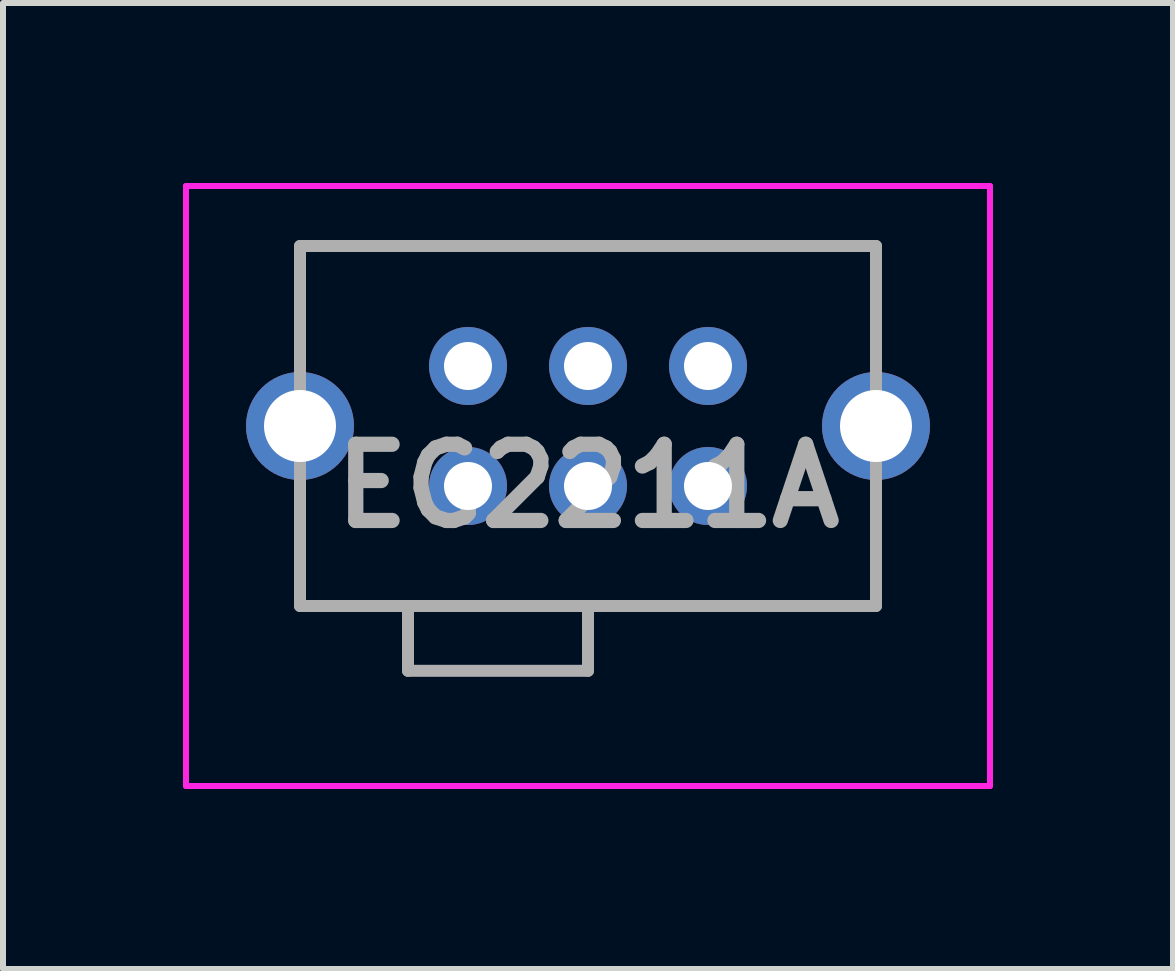
<source format=kicad_pcb>
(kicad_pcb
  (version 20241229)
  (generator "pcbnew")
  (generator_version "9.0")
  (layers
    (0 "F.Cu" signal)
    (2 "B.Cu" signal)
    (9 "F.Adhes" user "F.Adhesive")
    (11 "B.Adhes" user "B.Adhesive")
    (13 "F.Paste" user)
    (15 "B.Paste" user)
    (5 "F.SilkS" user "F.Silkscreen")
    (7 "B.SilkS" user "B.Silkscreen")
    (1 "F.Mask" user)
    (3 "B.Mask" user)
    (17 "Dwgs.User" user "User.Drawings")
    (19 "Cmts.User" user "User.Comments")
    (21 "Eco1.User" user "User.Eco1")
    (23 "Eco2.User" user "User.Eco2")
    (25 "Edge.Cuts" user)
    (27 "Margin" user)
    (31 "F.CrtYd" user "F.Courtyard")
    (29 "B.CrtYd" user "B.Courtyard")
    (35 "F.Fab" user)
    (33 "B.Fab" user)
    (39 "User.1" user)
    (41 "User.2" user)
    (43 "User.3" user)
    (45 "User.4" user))
  (footprint "EG2211A"
    (layer "F.Cu")
    (at 4.75 3.05)
    (property "Reference" "EG2211A" (at 6 -3 0) (layer "User.7") (effects (font (size 1.27 1.27) (thickness 0.254))))
    (attr through_hole)
    (fp_line (start -2.8 -2) (end 6.8 -2) (stroke (width 0.1) (type solid)) (layer "F.SilkS"))
    (fp_line (start -2.8 -0.5) (end -2.8 -2) (stroke (width 0.1) (type solid)) (layer "F.SilkS"))
    (fp_line (start -2.8 2.5) (end -2.8 4) (stroke (width 0.1) (type solid)) (layer "F.SilkS"))
    (fp_line (start -2.8 4) (end 6.8 4) (stroke (width 0.1) (type solid)) (layer "F.SilkS"))
    (fp_line (start -1 4) (end -1 5.08) (stroke (width 0.1) (type solid)) (layer "F.SilkS"))
    (fp_line (start -1 5.08) (end 2 5.08) (stroke (width 0.1) (type solid)) (layer "F.SilkS"))
    (fp_line (start 2 5.08) (end 2 4) (stroke (width 0.1) (type solid)) (layer "F.SilkS"))
    (fp_line (start 6.8 -2) (end 6.8 -0.5) (stroke (width 0.1) (type solid)) (layer "F.SilkS"))
    (fp_line (start 6.8 4) (end 6.8 2.5) (stroke (width 0.1) (type solid)) (layer "F.SilkS"))
    (fp_line (start -4.7 -3) (end 8.7 -3) (stroke (width 0.1) (type solid)) (layer "F.CrtYd"))
    (fp_line (start -4.7 7) (end -4.7 -3) (stroke (width 0.1) (type solid)) (layer "F.CrtYd"))
    (fp_line (start 8.7 -3) (end 8.7 7) (stroke (width 0.1) (type solid)) (layer "F.CrtYd"))
    (fp_line (start 8.7 7) (end -4.7 7) (stroke (width 0.1) (type solid)) (layer "F.CrtYd"))
    (fp_line (start -2.8 -2) (end 6.8 -2) (stroke (width 0.2) (type solid)) (layer "F.Fab"))
    (fp_line (start -2.8 4) (end -2.8 -2) (stroke (width 0.2) (type solid)) (layer "F.Fab"))
    (fp_line (start -1 4) (end -1 5.08) (stroke (width 0.2) (type solid)) (layer "F.Fab"))
    (fp_line (start -1 5.08) (end 2 5.08) (stroke (width 0.2) (type solid)) (layer "F.Fab"))
    (fp_line (start 2 5.08) (end 2 4) (stroke (width 0.2) (type solid)) (layer "F.Fab"))
    (fp_line (start 6.8 -2) (end 6.8 4) (stroke (width 0.2) (type solid)) (layer "F.Fab"))
    (fp_line (start 6.8 4) (end -2.8 4) (stroke (width 0.2) (type solid)) (layer "F.Fab"))
    (fp_text user "${REFERENCE}" (at 2 2 0) (layer "F.Fab") (effects (font (size 1.27 1.27) (thickness 0.254))))
    (pad "1" thru_hole circle (at 0 0) (size 1.3 1.3) (drill 0.8) (layers "*.Cu" "*.Mask"))
    (pad "2" thru_hole circle (at 2 0) (size 1.3 1.3) (drill 0.8) (layers "*.Cu" "*.Mask"))
    (pad "3" thru_hole circle (at 4 0) (size 1.3 1.3) (drill 0.8) (layers "*.Cu" "*.Mask"))
    (pad "4" thru_hole circle (at 0 2) (size 1.3 1.3) (drill 0.8) (layers "*.Cu" "*.Mask"))
    (pad "5" thru_hole circle (at 2 2) (size 1.3 1.3) (drill 0.8) (layers "*.Cu" "*.Mask"))
    (pad "6" thru_hole circle (at 4 2) (size 1.3 1.3) (drill 0.8) (layers "*.Cu" "*.Mask"))
    (pad "MH1" thru_hole circle (at -2.8 1) (size 1.8 1.8) (drill 1.2) (layers "*.Cu" "*.Mask"))
    (pad "MH2" thru_hole circle (at 6.8 1) (size 1.8 1.8) (drill 1.2) (layers "*.Cu" "*.Mask")))
  (gr_rect
    (start -3 -3)
    (end 16.5 13.1)
    (stroke (width 0.1) (type default))
    (fill no)
    (layer "Edge.Cuts")))
</source>
